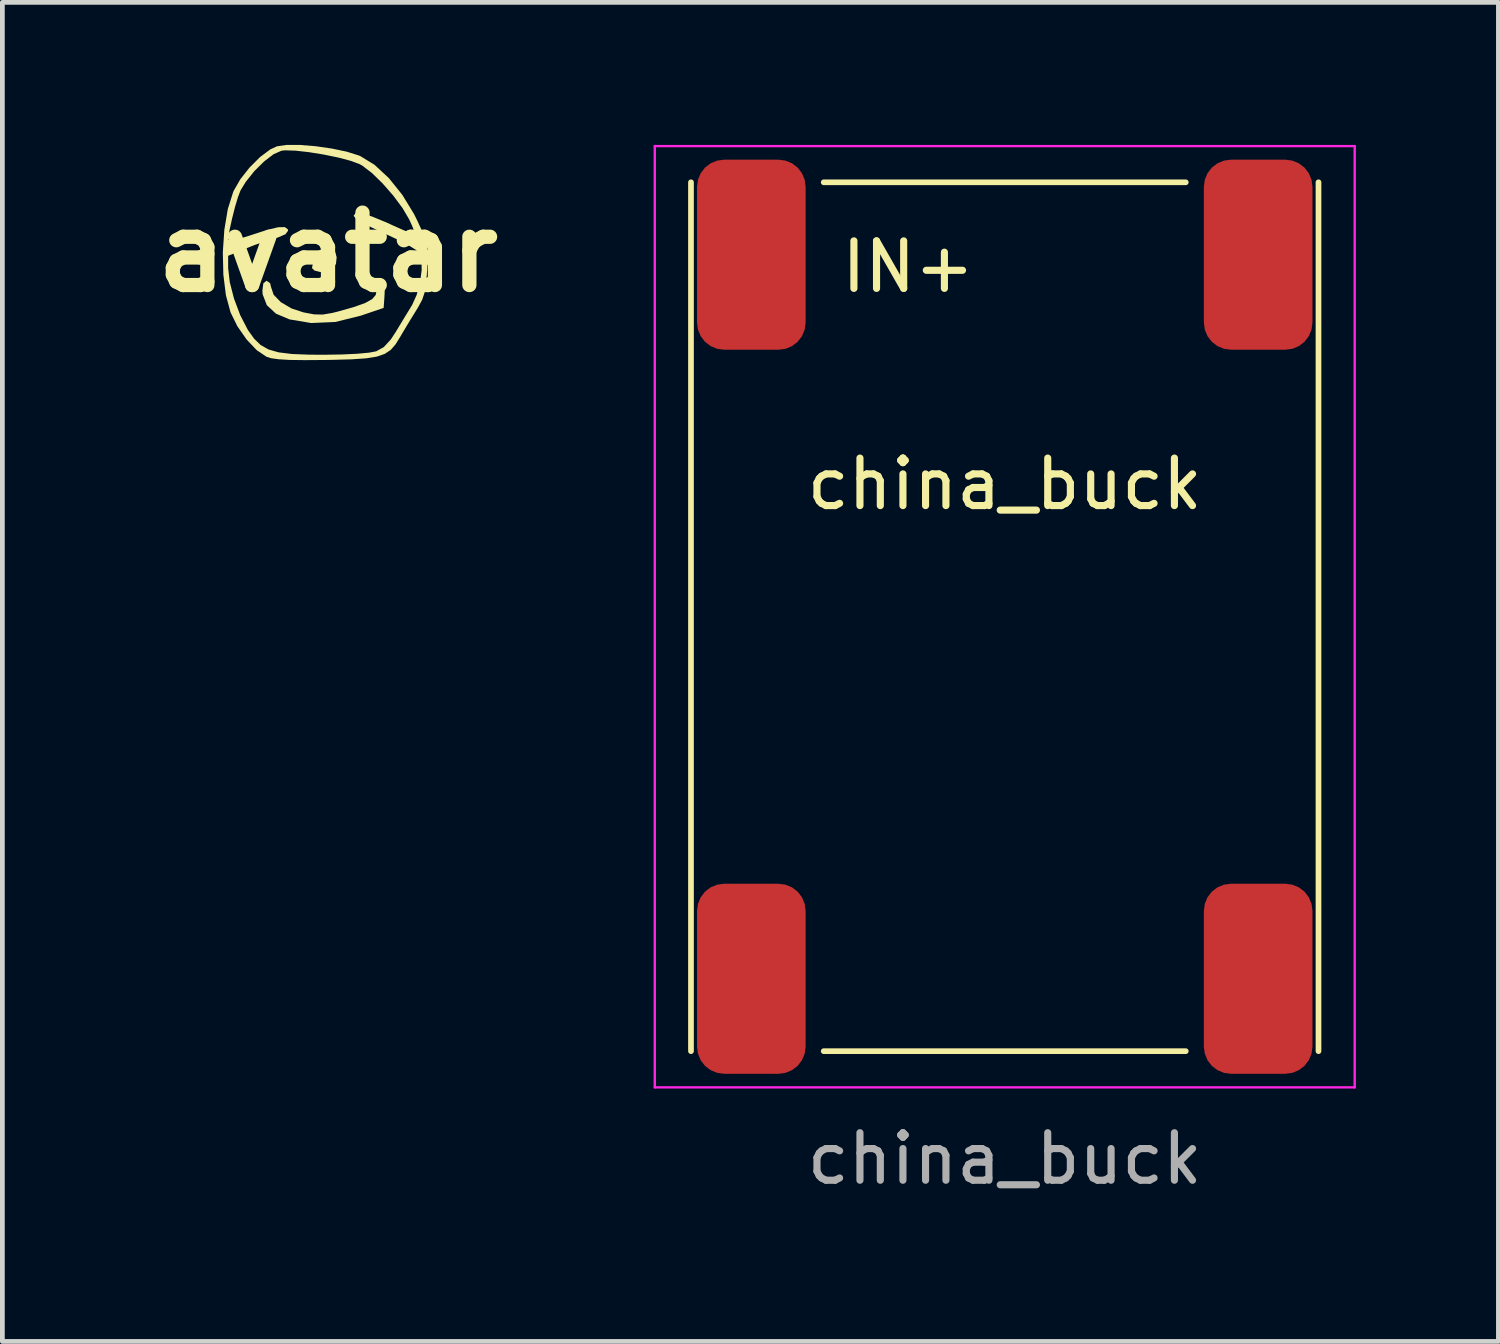
<source format=kicad_pcb>
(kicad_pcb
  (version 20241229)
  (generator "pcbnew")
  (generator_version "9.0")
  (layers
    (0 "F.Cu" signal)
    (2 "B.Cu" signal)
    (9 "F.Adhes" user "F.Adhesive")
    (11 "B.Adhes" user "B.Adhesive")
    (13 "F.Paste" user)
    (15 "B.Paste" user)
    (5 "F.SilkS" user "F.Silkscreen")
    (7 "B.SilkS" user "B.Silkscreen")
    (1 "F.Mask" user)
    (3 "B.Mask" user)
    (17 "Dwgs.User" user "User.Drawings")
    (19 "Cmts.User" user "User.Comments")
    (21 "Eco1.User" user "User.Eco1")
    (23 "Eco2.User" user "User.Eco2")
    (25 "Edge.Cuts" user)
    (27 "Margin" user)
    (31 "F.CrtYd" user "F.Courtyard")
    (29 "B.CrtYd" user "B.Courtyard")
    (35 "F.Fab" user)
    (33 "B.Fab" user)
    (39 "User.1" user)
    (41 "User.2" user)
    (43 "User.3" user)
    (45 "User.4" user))
  (footprint "avatar"
    (layer "F.Cu")
    (at 3.854 2.26)
    (property "Reference" "avatar" (at 0 0 0) (layer "F.SilkS") (effects (font (size 1.524 1.524) (thickness 0.3))))
    (attr board_only exclude_from_pos_files exclude_from_bom)
    (fp_poly (pts (xy 0.15 -0.011) (xy 0.182 0.104) (xy 0.168 0.241) (xy 0.108 0.348) (xy -0.008 0.406) (xy -0.157 0.417) (xy -0.286 0.384) (xy -0.338 0.332) (xy -0.318 0.238) (xy -0.226 0.121) (xy -0.098 0.013) (xy 0.032 -0.051) (xy 0.075 -0.058)) (stroke (width 0) (type solid)) (fill yes) (layer "F.SilkS"))
    (fp_poly (pts (xy -1.218 0.651) (xy -1.201 0.725) (xy -1.145 0.893) (xy -0.992 1.051) (xy -0.764 1.184) (xy -0.513 1.266) (xy -0.292 1.307) (xy -0.112 1.311) (xy 0.089 1.277) (xy 0.214 1.246) (xy 0.55 1.151) (xy 0.783 1.067) (xy 0.929 0.986) (xy 1.003 0.9) (xy 1.021 0.814) (xy 1.052 0.689) (xy 1.114 0.661) (xy 1.173 0.688) (xy 1.194 0.788) (xy 1.189 0.916) (xy 1.171 1.171) (xy 0.691 1.334) (xy 0.154 1.467) (xy -0.356 1.489) (xy -0.809 1.413) (xy -1.096 1.292) (xy -1.288 1.113) (xy -1.376 0.885) (xy -1.381 0.807) (xy -1.361 0.653) (xy -1.297 0.601) (xy -1.291 0.6)) (stroke (width 0) (type solid)) (fill yes) (layer "F.SilkS"))
    (fp_poly (pts (xy -0.587 -2.259) (xy -0.257 -2.232) (xy 0.082 -2.183) (xy 0.397 -2.117) (xy 0.65 -2.037) (xy 0.681 -2.024) (xy 0.979 -1.841) (xy 1.28 -1.562) (xy 1.564 -1.209) (xy 1.81 -0.806) (xy 1.88 -0.665) (xy 1.991 -0.422) (xy 2.059 -0.245) (xy 2.092 -0.089) (xy 2.1 0.089) (xy 2.089 0.331) (xy 2.087 0.373) (xy 2.066 0.647) (xy 2.035 0.842) (xy 1.982 1) (xy 1.895 1.16) (xy 1.859 1.219) (xy 1.721 1.442) (xy 1.583 1.672) (xy 1.515 1.788) (xy 1.42 1.94) (xy 1.32 2.055) (xy 1.195 2.138) (xy 1.029 2.196) (xy 0.804 2.232) (xy 0.5 2.253) (xy 0.101 2.264) (xy -0.06 2.267) (xy -0.485 2.27) (xy -0.805 2.266) (xy -1.038 2.252) (xy -1.198 2.23) (xy -1.295 2.199) (xy -1.502 2.059) (xy -1.715 1.834) (xy -1.907 1.558) (xy -2.051 1.266) (xy -2.149 0.905) (xy -2.203 0.47) (xy -2.206 0.331) (xy -2.102 0.331) (xy -2.068 0.628) (xy -1.979 0.974) (xy -1.848 1.323) (xy -1.691 1.627) (xy -1.683 1.64) (xy -1.556 1.818) (xy -1.419 1.951) (xy -1.254 2.045) (xy -1.041 2.106) (xy -0.76 2.141) (xy -0.392 2.155) (xy -0.09 2.157) (xy 0.29 2.151) (xy 0.615 2.136) (xy 0.864 2.113) (xy 1.015 2.084) (xy 1.017 2.083) (xy 1.174 1.996) (xy 1.321 1.836) (xy 1.423 1.681) (xy 1.558 1.457) (xy 1.696 1.231) (xy 1.772 1.106) (xy 1.866 0.897) (xy 1.935 0.642) (xy 1.971 0.381) (xy 1.969 0.156) (xy 1.934 0.023) (xy 1.854 -0.048) (xy 1.686 -0.152) (xy 1.45 -0.274) (xy 1.206 -0.388) (xy 0.914 -0.524) (xy 0.697 -0.64) (xy 0.57 -0.727) (xy 0.54 -0.769) (xy 0.581 -0.825) (xy 0.707 -0.82) (xy 0.923 -0.754) (xy 1.234 -0.626) (xy 1.353 -0.571) (xy 1.565 -0.476) (xy 1.731 -0.407) (xy 1.824 -0.374) (xy 1.835 -0.374) (xy 1.82 -0.432) (xy 1.766 -0.566) (xy 1.707 -0.695) (xy 1.568 -0.931) (xy 1.374 -1.192) (xy 1.151 -1.447) (xy 0.926 -1.667) (xy 0.724 -1.822) (xy 0.668 -1.854) (xy 0.48 -1.924) (xy 0.216 -1.994) (xy -0.089 -2.057) (xy -0.401 -2.107) (xy -0.684 -2.139) (xy -0.903 -2.146) (xy -0.978 -2.138) (xy -1.146 -2.064) (xy -1.346 -1.911) (xy -1.551 -1.708) (xy -1.733 -1.48) (xy -1.84 -1.305) (xy -1.894 -1.165) (xy -1.958 -0.951) (xy -2.02 -0.706) (xy -2.071 -0.474) (xy -2.098 -0.298) (xy -2.101 -0.262) (xy -2.048 -0.246) (xy -1.898 -0.275) (xy -1.664 -0.347) (xy -1.606 -0.366) (xy -1.279 -0.472) (xy -1.049 -0.527) (xy -0.908 -0.53) (xy -0.846 -0.484) (xy -0.841 -0.453) (xy -0.896 -0.38) (xy -1.047 -0.314) (xy -1.096 -0.3) (xy -1.291 -0.242) (xy -1.536 -0.156) (xy -1.726 -0.081) (xy -2.102 0.074) (xy -2.102 0.331) (xy -2.206 0.331) (xy -2.214 -0.002) (xy -2.182 -0.474) (xy -2.109 -0.91) (xy -1.995 -1.272) (xy -1.987 -1.291) (xy -1.845 -1.538) (xy -1.65 -1.785) (xy -1.431 -2.004) (xy -1.214 -2.166) (xy -1.076 -2.23) (xy -0.871 -2.26)) (stroke (width 0) (type solid)) (fill yes) (layer "F.SilkS")))
  (footprint "china_buck"
    (layer "F.Cu")
    (at 18.098 10.185)
    (property "Reference" "china_buck" (at 0 -3.048 0) (unlocked yes) (layer "F.SilkS") (effects (font (size 1 1) (thickness 0.15))))
    (attr smd)
    (fp_line (start -6.604 -9.398) (end -6.604 8.89) (stroke (width 0.12) (type solid)) (layer "F.SilkS"))
    (fp_line (start -3.81 8.89) (end 3.81 8.89) (stroke (width 0.12) (type solid)) (layer "F.SilkS"))
    (fp_line (start 3.81 -9.398) (end -3.81 -9.398) (stroke (width 0.12) (type solid)) (layer "F.SilkS"))
    (fp_line (start 6.604 8.89) (end 6.604 -9.398) (stroke (width 0.12) (type solid)) (layer "F.SilkS"))
    (fp_line (start -7.366 -10.16) (end 7.366 -10.16) (stroke (width 0.05) (type solid)) (layer "F.CrtYd"))
    (fp_line (start -7.366 9.652) (end -7.366 -10.16) (stroke (width 0.05) (type solid)) (layer "F.CrtYd"))
    (fp_line (start 7.366 -10.16) (end 7.366 9.652) (stroke (width 0.05) (type solid)) (layer "F.CrtYd"))
    (fp_line (start 7.366 9.652) (end -7.366 9.652) (stroke (width 0.05) (type solid)) (layer "F.CrtYd"))
    (fp_text user "IN+" (at -2.032 -7.62 0) (unlocked yes) (layer "F.SilkS") (effects (font (size 1 1) (thickness 0.15))))
    (fp_text user "${REFERENCE}" (at 0 11.152 0) (unlocked yes) (layer "F.Fab") (effects (font (size 1 1) (thickness 0.15))))
    (pad "1" smd roundrect (at 5.334 -7.874) (size 2.286 4) (layers "F.Cu" "F.Mask" "F.Paste") (roundrect_rratio 0.25))
    (pad "2" smd roundrect (at -5.334 -7.874) (size 2.286 4) (layers "F.Cu" "F.Mask" "F.Paste") (roundrect_rratio 0.25))
    (pad "3" smd roundrect (at 5.334 7.366) (size 2.286 4) (layers "F.Cu" "F.Mask" "F.Paste") (roundrect_rratio 0.25))
    (pad "4" smd roundrect (at -5.334 7.366) (size 2.286 4) (layers "F.Cu" "F.Mask" "F.Paste") (roundrect_rratio 0.25)))
  (gr_rect
    (start -3 -3)
    (end 28.489 25.185)
    (stroke (width 0.1) (type default))
    (fill no)
    (layer "Edge.Cuts")))
</source>
